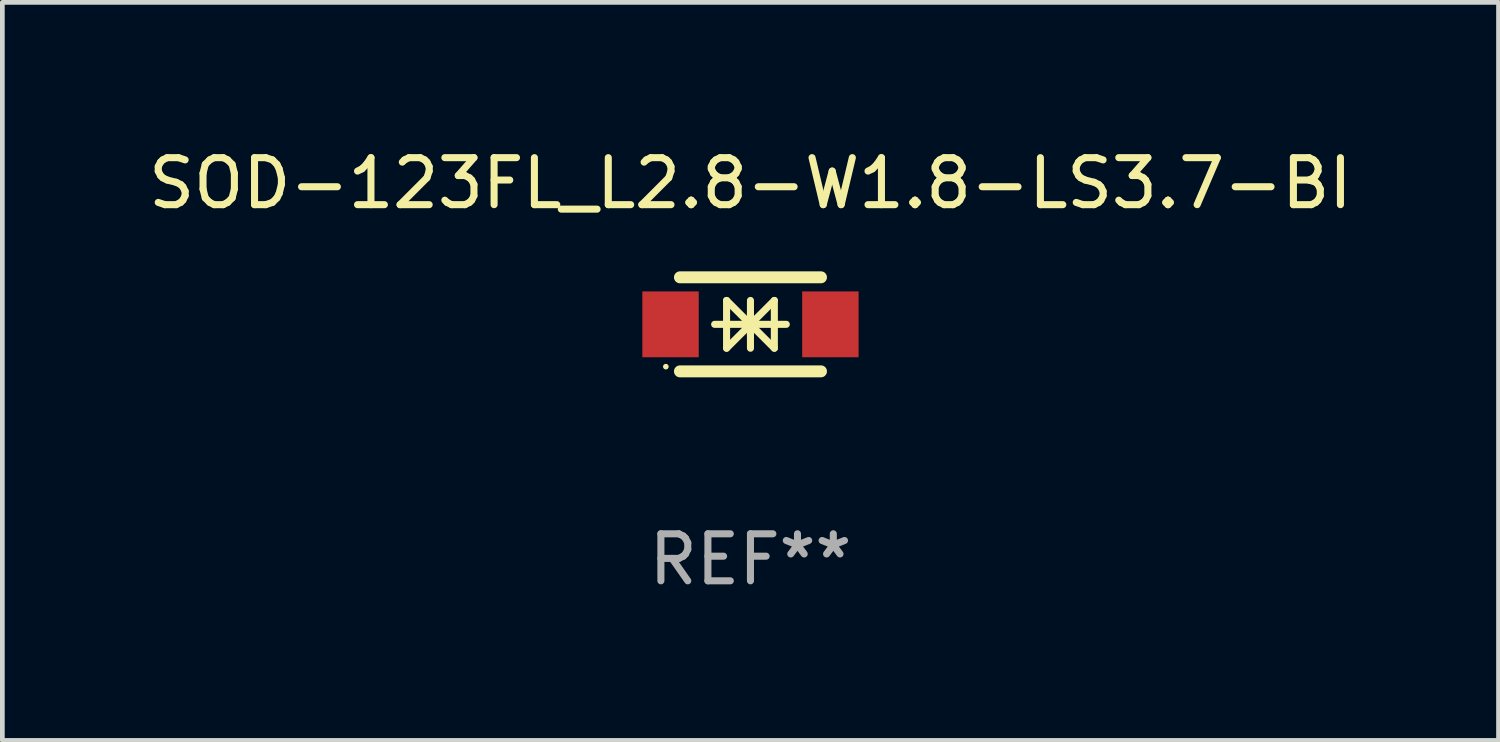
<source format=kicad_pcb>
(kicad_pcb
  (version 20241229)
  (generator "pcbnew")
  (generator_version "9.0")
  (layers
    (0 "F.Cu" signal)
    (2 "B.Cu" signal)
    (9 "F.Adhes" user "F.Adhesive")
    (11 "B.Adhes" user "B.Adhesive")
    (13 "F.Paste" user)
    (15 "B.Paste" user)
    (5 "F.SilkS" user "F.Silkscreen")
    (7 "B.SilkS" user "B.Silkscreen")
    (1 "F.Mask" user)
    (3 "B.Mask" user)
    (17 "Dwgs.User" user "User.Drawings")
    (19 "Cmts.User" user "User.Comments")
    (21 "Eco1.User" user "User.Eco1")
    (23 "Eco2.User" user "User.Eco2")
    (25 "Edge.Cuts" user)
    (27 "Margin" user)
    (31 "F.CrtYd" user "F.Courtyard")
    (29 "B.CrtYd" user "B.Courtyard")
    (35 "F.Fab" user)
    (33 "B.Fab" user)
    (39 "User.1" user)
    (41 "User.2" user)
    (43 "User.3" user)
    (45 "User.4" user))
  (footprint "SOD-123FL_L2.8-W1.8-LS3.7-BI"
    (layer "F.Cu")
    (at 12.911 3.848)
    (property "Reference" "SOD-123FL_L2.8-W1.8-LS3.7-BI" (at 0 -3 0) (layer "F.SilkS") (effects (font (size 1 1) (thickness 0.15))))
    (attr through_hole)
    (fp_line (start -1.5 -1) (end 1.5 -1) (stroke (width 0.254) (type solid)) (layer "F.SilkS"))
    (fp_line (start -1.5 1) (end 1.5 1) (stroke (width 0.254) (type solid)) (layer "F.SilkS"))
    (fp_line (start -0.762 0) (end 0.762 0) (stroke (width 0.15) (type solid)) (layer "F.SilkS"))
    (fp_line (start -0.508 -0.508) (end -0.508 0.508) (stroke (width 0.15) (type solid)) (layer "F.SilkS"))
    (fp_line (start 0 -0.508) (end 0 0.508) (stroke (width 0.15) (type solid)) (layer "F.SilkS"))
    (fp_line (start 0 0) (end -0.508 -0.508) (stroke (width 0.15) (type solid)) (layer "F.SilkS"))
    (fp_line (start 0 0) (end -0.508 0.508) (stroke (width 0.15) (type solid)) (layer "F.SilkS"))
    (fp_line (start 0 0) (end 0.508 -0.508) (stroke (width 0.15) (type solid)) (layer "F.SilkS"))
    (fp_line (start 0 0) (end 0.508 0.508) (stroke (width 0.15) (type solid)) (layer "F.SilkS"))
    (fp_line (start 0 0.254) (end 0 -0.254) (stroke (width 0.15) (type solid)) (layer "F.SilkS"))
    (fp_line (start 0.508 0.508) (end 0.508 -0.508) (stroke (width 0.15) (type solid)) (layer "F.SilkS"))
    (fp_circle (center -1.8 0.9) (end -1.77 0.9) (stroke (width 0.06) (type solid)) (fill no) (layer "F.SilkS"))
    (fp_text user "REF**" (at 0 5 0) (layer "F.Fab") (effects (font (size 1 1) (thickness 0.15))))
    (pad "1" smd rect (at -1.7 0) (size 1.2 1.4) (layers "F.Cu" "F.Mask" "F.Paste"))
    (pad "2" smd rect (at 1.7 0) (size 1.2 1.4) (layers "F.Cu" "F.Mask" "F.Paste")))
  (gr_rect
    (start -3 -3)
    (end 28.821 12.697)
    (stroke (width 0.1) (type default))
    (fill no)
    (layer "Edge.Cuts")))
</source>
